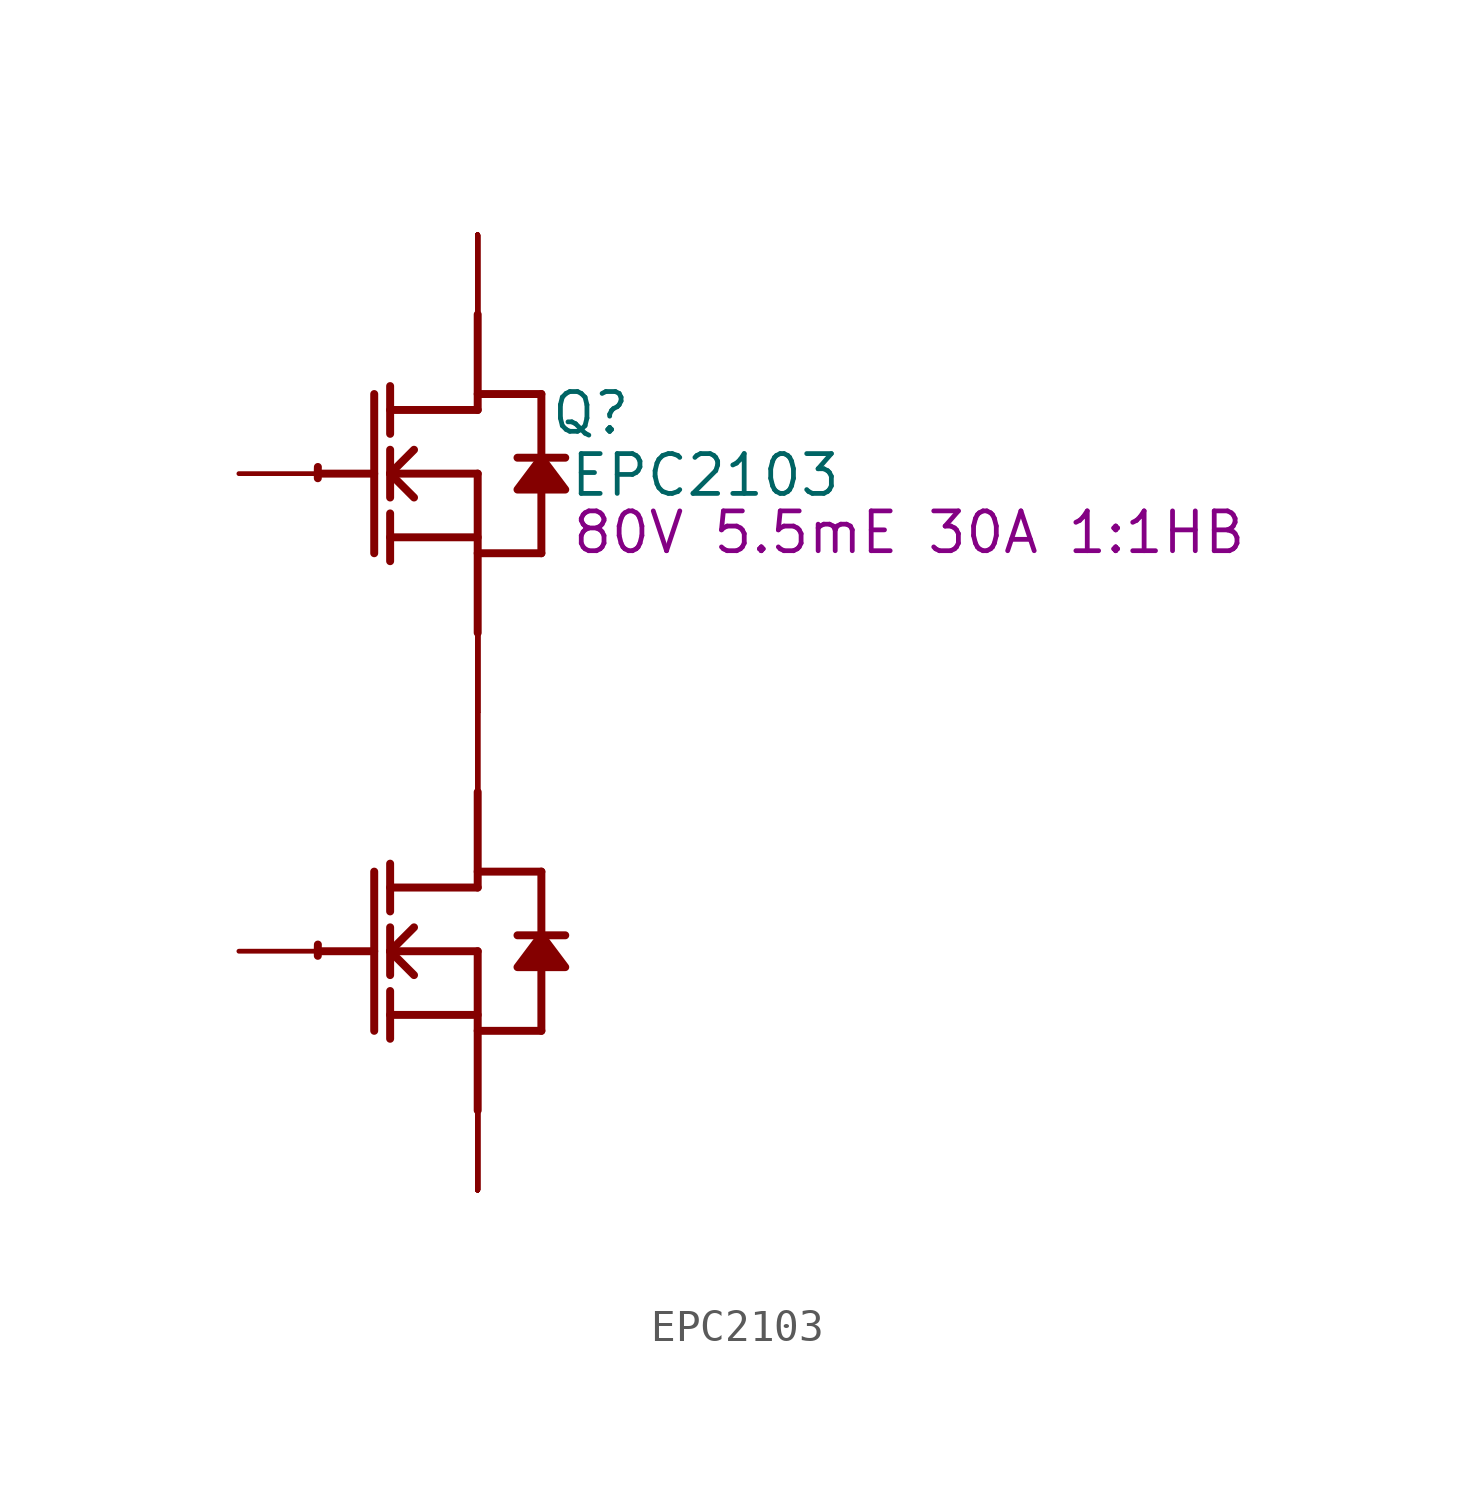
<source format=kicad_sym>
(kicad_symbol_lib
  (version 20220914)
  (generator kicad_symbol_editor)
  (symbol "EPC2103"
    (property "Reference" "Q"
      (at 3.607 1.93 0)
      (effects (font (size 1.27 1.27))))
    (property "Value" "EPC2103"
      (at 7.264 -0.051 0)
      (effects (font (size 1.27 1.27))))
    (property "Description" "80V 5.5mE 30A 1:1HB"
      (at 13.767 -1.88 0)
      (effects (font (size 1.27 1.27))))
    (symbol "EPC2103_1_0"
      (arc (start -5.0996 -15.0272) (mid -5.1039 -15.2069) (end -5.1019 -15.3867) (stroke (width 0.254) (type solid)) (fill (type none)))
      (arc (start -5.0996 0.2128) (mid -5.1039 0.0331) (end -5.1019 -0.1467) (stroke (width 0.254) (type solid)) (fill (type none)))
      (polyline (pts (xy -5.08 -15.24) (xy -3.302 -15.24)) (stroke (width 0.254) (type solid)) (fill (type none)))
      (polyline (pts (xy -5.08 0) (xy -3.302 0)) (stroke (width 0.254) (type solid)) (fill (type none)))
      (polyline (pts (xy -3.302 -12.7) (xy -3.302 -17.78)) (stroke (width 0.254) (type solid)) (fill (type none)))
      (polyline (pts (xy -3.302 2.54) (xy -3.302 -2.54)) (stroke (width 0.254) (type solid)) (fill (type none)))
      (polyline (pts (xy -2.794 -18.034) (xy -2.794 -16.51)) (stroke (width 0.254) (type solid)) (fill (type none)))
      (polyline (pts (xy -2.794 -17.272) (xy 0 -17.272)) (stroke (width 0.254) (type solid)) (fill (type none)))
      (polyline (pts (xy -2.794 -16.002) (xy -2.794 -14.478)) (stroke (width 0.254) (type solid)) (fill (type none)))
      (polyline (pts (xy -2.794 -15.24) (xy -2.032 -14.478)) (stroke (width 0.254) (type solid)) (fill (type none)))
      (polyline (pts (xy -2.794 -15.24) (xy 0 -15.24)) (stroke (width 0.254) (type solid)) (fill (type none)))
      (polyline (pts (xy -2.794 -13.97) (xy -2.794 -12.446)) (stroke (width 0.254) (type solid)) (fill (type none)))
      (polyline (pts (xy -2.794 -2.794) (xy -2.794 -1.27)) (stroke (width 0.254) (type solid)) (fill (type none)))
      (polyline (pts (xy -2.794 -2.032) (xy 0 -2.032)) (stroke (width 0.254) (type solid)) (fill (type none)))
      (polyline (pts (xy -2.794 -0.762) (xy -2.794 0.762)) (stroke (width 0.254) (type solid)) (fill (type none)))
      (polyline (pts (xy -2.794 0) (xy -2.032 0.762)) (stroke (width 0.254) (type solid)) (fill (type none)))
      (polyline (pts (xy -2.794 0) (xy 0 0)) (stroke (width 0.254) (type solid)) (fill (type none)))
      (polyline (pts (xy -2.794 1.27) (xy -2.794 2.794)) (stroke (width 0.254) (type solid)) (fill (type none)))
      (polyline (pts (xy -2.032 -16.002) (xy -2.794 -15.24)) (stroke (width 0.254) (type solid)) (fill (type none)))
      (polyline (pts (xy -2.032 -0.762) (xy -2.794 0)) (stroke (width 0.254) (type solid)) (fill (type none)))
      (polyline (pts (xy 0 -17.78) (xy 2.032 -17.78)) (stroke (width 0.254) (type solid)) (fill (type none)))
      (polyline (pts (xy 0 -15.24) (xy 0 -20.32)) (stroke (width 0.254) (type solid)) (fill (type none)))
      (polyline (pts (xy 0 -13.208) (xy -2.794 -13.208)) (stroke (width 0.254) (type solid)) (fill (type none)))
      (polyline (pts (xy 0 -13.208) (xy 0 -10.16)) (stroke (width 0.254) (type solid)) (fill (type none)))
      (polyline (pts (xy 0 -12.7) (xy 2.032 -12.7)) (stroke (width 0.254) (type solid)) (fill (type none)))
      (polyline (pts (xy 0 -2.54) (xy 2.032 -2.54)) (stroke (width 0.254) (type solid)) (fill (type none)))
      (polyline (pts (xy 0 0) (xy 0 -5.08)) (stroke (width 0.254) (type solid)) (fill (type none)))
      (polyline (pts (xy 0 2.032) (xy -2.794 2.032)) (stroke (width 0.254) (type solid)) (fill (type none)))
      (polyline (pts (xy 0 2.032) (xy 0 5.08)) (stroke (width 0.254) (type solid)) (fill (type none)))
      (polyline (pts (xy 0 2.54) (xy 2.032 2.54)) (stroke (width 0.254) (type solid)) (fill (type none)))
      (polyline (pts (xy 2.032 -15.748) (xy 2.032 -17.78)) (stroke (width 0.254) (type solid)) (fill (type none)))
      (polyline (pts (xy 2.032 -12.7) (xy 2.032 -14.732)) (stroke (width 0.254) (type solid)) (fill (type none)))
      (polyline (pts (xy 2.032 -0.508) (xy 2.032 -2.54)) (stroke (width 0.254) (type solid)) (fill (type none)))
      (polyline (pts (xy 2.032 2.54) (xy 2.032 0.508)) (stroke (width 0.254) (type solid)) (fill (type none)))
      (polyline (pts (xy 2.794 -14.732) (xy 1.27 -14.732)) (stroke (width 0.254) (type solid)) (fill (type none)))
      (polyline (pts (xy 2.794 0.508) (xy 1.27 0.508)) (stroke (width 0.254) (type solid)) (fill (type none)))
      (polyline (pts (xy 2.032 -14.732) (xy 1.27 -15.748) (xy 2.794 -15.748) (xy 2.032 -14.732)) (stroke (width 0.254) (type solid)) (fill (type outline)))
      (polyline (pts (xy 2.032 0.508) (xy 1.27 -0.508) (xy 2.794 -0.508) (xy 2.032 0.508)) (stroke (width 0.254) (type solid)) (fill (type outline)))
      (pin open_collector line (at 0 7.62 270) (length 2.54) (name "D1" (effects (font (size 0 0)))) (number "1" (effects (font (size 0 0)))))
      (pin open_collector line (at 0 -7.62 270) (length 2.54) (name "D2" (effects (font (size 0 0)))) (number "10" (effects (font (size 0 0)))))
      (pin open_collector line (at 0 7.62 270) (length 2.54) (name "D1" (effects (font (size 0 0)))) (number "11" (effects (font (size 0 0)))))
      (pin open_emitter line (at 0 7.62 270) (length 2.54) (name "D1" (effects (font (size 0 0)))) (number "12" (effects (font (size 0 0)))))
      (pin open_emitter line (at 0 7.62 270) (length 2.54) (name "D1" (effects (font (size 0 0)))) (number "13" (effects (font (size 0 0)))))
      (pin open_emitter line (at 0 -22.86 90) (length 2.54) (name "S2" (effects (font (size 0 0)))) (number "14" (effects (font (size 0 0)))))
      (pin open_emitter line (at 0 -22.86 90) (length 2.54) (name "S2" (effects (font (size 0 0)))) (number "15" (effects (font (size 0 0)))))
      (pin open_emitter line (at 0 -7.62 90) (length 2.54) (name "S1" (effects (font (size 0 0)))) (number "16" (effects (font (size 0 0)))))
      (pin open_collector line (at 0 -7.62 90) (length 2.54) (name "S1" (effects (font (size 0 0)))) (number "17" (effects (font (size 0 0)))))
      (pin open_collector line (at 0 -7.62 90) (length 2.54) (name "S1" (effects (font (size 0 0)))) (number "18" (effects (font (size 0 0)))))
      (pin open_collector line (at 0 -7.62 270) (length 2.54) (name "D2" (effects (font (size 0 0)))) (number "19" (effects (font (size 0 0)))))
      (pin passive line (at -7.62 0 0) (length 2.54) (name "G1" (effects (font (size 0 0)))) (number "2" (effects (font (size 0 0)))))
      (pin open_collector line (at 0 -7.62 270) (length 2.54) (name "D2" (effects (font (size 0 0)))) (number "20" (effects (font (size 0 0)))))
      (pin open_collector line (at 0 7.62 270) (length 2.54) (name "D1" (effects (font (size 0 0)))) (number "21" (effects (font (size 0 0)))))
      (pin open_emitter line (at 0 7.62 270) (length 2.54) (name "D1" (effects (font (size 0 0)))) (number "22" (effects (font (size 0 0)))))
      (pin open_emitter line (at 0 7.62 270) (length 2.54) (name "D1" (effects (font (size 0 0)))) (number "23" (effects (font (size 0 0)))))
      (pin open_emitter line (at 0 -22.86 90) (length 2.54) (name "S2" (effects (font (size 0 0)))) (number "24" (effects (font (size 0 0)))))
      (pin open_emitter line (at 0 -22.86 90) (length 2.54) (name "S2" (effects (font (size 0 0)))) (number "25" (effects (font (size 0 0)))))
      (pin open_emitter line (at 0 -7.62 90) (length 2.54) (name "S1" (effects (font (size 0 0)))) (number "26" (effects (font (size 0 0)))))
      (pin open_collector line (at 0 -7.62 90) (length 2.54) (name "S1" (effects (font (size 0 0)))) (number "27" (effects (font (size 0 0)))))
      (pin open_collector line (at 0 -7.62 90) (length 2.54) (name "S1" (effects (font (size 0 0)))) (number "28" (effects (font (size 0 0)))))
      (pin open_collector line (at 0 -7.62 270) (length 2.54) (name "D2" (effects (font (size 0 0)))) (number "29" (effects (font (size 0 0)))))
      (pin passive line (at 0 -7.62 90) (length 2.54) (name "SG1" (effects (font (size 0 0)))) (number "3" (effects (font (size 0 0)))))
      (pin open_collector line (at 0 -7.62 270) (length 2.54) (name "D2" (effects (font (size 0 0)))) (number "30" (effects (font (size 0 0)))))
      (pin open_collector line (at 0 7.62 270) (length 2.54) (name "D1" (effects (font (size 0 0)))) (number "31" (effects (font (size 0 0)))))
      (pin open_emitter line (at 0 7.62 270) (length 2.54) (name "D1" (effects (font (size 0 0)))) (number "32" (effects (font (size 0 0)))))
      (pin open_emitter line (at 0 7.62 270) (length 2.54) (name "D1" (effects (font (size 0 0)))) (number "33" (effects (font (size 0 0)))))
      (pin open_emitter line (at 0 -22.86 90) (length 2.54) (name "S2" (effects (font (size 0 0)))) (number "34" (effects (font (size 0 0)))))
      (pin open_emitter line (at 0 -22.86 90) (length 2.54) (name "S2" (effects (font (size 0 0)))) (number "35" (effects (font (size 0 0)))))
      (pin open_emitter line (at 0 -7.62 90) (length 2.54) (name "S1" (effects (font (size 0 0)))) (number "36" (effects (font (size 0 0)))))
      (pin open_collector line (at 0 -7.62 90) (length 2.54) (name "S1" (effects (font (size 0 0)))) (number "37" (effects (font (size 0 0)))))
      (pin open_collector line (at 0 -7.62 90) (length 2.54) (name "S1" (effects (font (size 0 0)))) (number "38" (effects (font (size 0 0)))))
      (pin open_collector line (at 0 -7.62 270) (length 2.54) (name "D2" (effects (font (size 0 0)))) (number "39" (effects (font (size 0 0)))))
      (pin passive line (at -7.62 -15.24 0) (length 2.54) (name "G2" (effects (font (size 0 0)))) (number "4" (effects (font (size 0 0)))))
      (pin open_collector line (at 0 -7.62 270) (length 2.54) (name "D2" (effects (font (size 0 0)))) (number "40" (effects (font (size 0 0)))))
      (pin open_collector line (at 0 7.62 270) (length 2.54) (name "D1" (effects (font (size 0 0)))) (number "41" (effects (font (size 0 0)))))
      (pin open_emitter line (at 0 7.62 270) (length 2.54) (name "D1" (effects (font (size 0 0)))) (number "42" (effects (font (size 0 0)))))
      (pin open_emitter line (at 0 -22.86 90) (length 2.54) (name "S2" (effects (font (size 0 0)))) (number "43" (effects (font (size 0 0)))))
      (pin open_emitter line (at 0 -22.86 90) (length 2.54) (name "S2" (effects (font (size 0 0)))) (number "44" (effects (font (size 0 0)))))
      (pin open_emitter line (at 0 -22.86 90) (length 2.54) (name "S2" (effects (font (size 0 0)))) (number "45" (effects (font (size 0 0)))))
      (pin open_emitter line (at 0 -7.62 90) (length 2.54) (name "S1" (effects (font (size 0 0)))) (number "46" (effects (font (size 0 0)))))
      (pin open_collector line (at 0 -7.62 90) (length 2.54) (name "S1" (effects (font (size 0 0)))) (number "47" (effects (font (size 0 0)))))
      (pin open_collector line (at 0 -7.62 90) (length 2.54) (name "S1" (effects (font (size 0 0)))) (number "48" (effects (font (size 0 0)))))
      (pin open_collector line (at 0 -7.62 270) (length 2.54) (name "D2" (effects (font (size 0 0)))) (number "49" (effects (font (size 0 0)))))
      (pin open_emitter line (at 0 -22.86 90) (length 2.54) (name "S2" (effects (font (size 0 0)))) (number "5" (effects (font (size 0 0)))))
      (pin open_collector line (at 0 -7.62 270) (length 2.54) (name "D2" (effects (font (size 0 0)))) (number "50" (effects (font (size 0 0)))))
      (pin open_collector line (at 0 7.62 270) (length 2.54) (name "D1" (effects (font (size 0 0)))) (number "51" (effects (font (size 0 0)))))
      (pin open_emitter line (at 0 7.62 270) (length 2.54) (name "D1" (effects (font (size 0 0)))) (number "52" (effects (font (size 0 0)))))
      (pin open_emitter line (at 0 -22.86 90) (length 2.54) (name "S2" (effects (font (size 0 0)))) (number "53" (effects (font (size 0 0)))))
      (pin open_emitter line (at 0 -22.86 90) (length 2.54) (name "S2" (effects (font (size 0 0)))) (number "54" (effects (font (size 0 0)))))
      (pin open_emitter line (at 0 -22.86 90) (length 2.54) (name "S2" (effects (font (size 0 0)))) (number "55" (effects (font (size 0 0)))))
      (pin open_emitter line (at 0 -7.62 90) (length 2.54) (name "S1" (effects (font (size 0 0)))) (number "56" (effects (font (size 0 0)))))
      (pin open_collector line (at 0 -7.62 90) (length 2.54) (name "S1" (effects (font (size 0 0)))) (number "57" (effects (font (size 0 0)))))
      (pin open_collector line (at 0 -7.62 90) (length 2.54) (name "S1" (effects (font (size 0 0)))) (number "58" (effects (font (size 0 0)))))
      (pin open_collector line (at 0 -7.62 270) (length 2.54) (name "D2" (effects (font (size 0 0)))) (number "59" (effects (font (size 0 0)))))
      (pin open_emitter line (at 0 -7.62 90) (length 2.54) (name "S1" (effects (font (size 0 0)))) (number "6" (effects (font (size 0 0)))))
      (pin open_collector line (at 0 -7.62 270) (length 2.54) (name "D2" (effects (font (size 0 0)))) (number "60" (effects (font (size 0 0)))))
      (pin open_collector line (at 0 7.62 270) (length 2.54) (name "D1" (effects (font (size 0 0)))) (number "61" (effects (font (size 0 0)))))
      (pin open_emitter line (at 0 7.62 270) (length 2.54) (name "D1" (effects (font (size 0 0)))) (number "62" (effects (font (size 0 0)))))
      (pin open_emitter line (at 0 -22.86 90) (length 2.54) (name "S2" (effects (font (size 0 0)))) (number "63" (effects (font (size 0 0)))))
      (pin open_emitter line (at 0 -22.86 90) (length 2.54) (name "S2" (effects (font (size 0 0)))) (number "64" (effects (font (size 0 0)))))
      (pin open_emitter line (at 0 -22.86 90) (length 2.54) (name "S2" (effects (font (size 0 0)))) (number "65" (effects (font (size 0 0)))))
      (pin open_emitter line (at 0 -7.62 90) (length 2.54) (name "S1" (effects (font (size 0 0)))) (number "66" (effects (font (size 0 0)))))
      (pin open_collector line (at 0 -7.62 90) (length 2.54) (name "S1" (effects (font (size 0 0)))) (number "67" (effects (font (size 0 0)))))
      (pin open_collector line (at 0 -7.62 90) (length 2.54) (name "S1" (effects (font (size 0 0)))) (number "68" (effects (font (size 0 0)))))
      (pin open_collector line (at 0 -7.62 270) (length 2.54) (name "D2" (effects (font (size 0 0)))) (number "69" (effects (font (size 0 0)))))
      (pin open_collector line (at 0 -7.62 90) (length 2.54) (name "S1" (effects (font (size 0 0)))) (number "7" (effects (font (size 0 0)))))
      (pin open_collector line (at 0 -7.62 270) (length 2.54) (name "D2" (effects (font (size 0 0)))) (number "70" (effects (font (size 0 0)))))
      (pin open_collector line (at 0 7.62 270) (length 2.54) (name "D1" (effects (font (size 0 0)))) (number "71" (effects (font (size 0 0)))))
      (pin open_emitter line (at 0 7.62 270) (length 2.54) (name "D1" (effects (font (size 0 0)))) (number "72" (effects (font (size 0 0)))))
      (pin open_emitter line (at 0 -22.86 90) (length 2.54) (name "S2" (effects (font (size 0 0)))) (number "73" (effects (font (size 0 0)))))
      (pin open_emitter line (at 0 -22.86 90) (length 2.54) (name "S2" (effects (font (size 0 0)))) (number "74" (effects (font (size 0 0)))))
      (pin open_emitter line (at 0 -22.86 90) (length 2.54) (name "S2" (effects (font (size 0 0)))) (number "75" (effects (font (size 0 0)))))
      (pin open_collector line (at 0 -7.62 90) (length 2.54) (name "S1" (effects (font (size 0 0)))) (number "8" (effects (font (size 0 0)))))
      (pin open_collector line (at 0 -7.62 270) (length 2.54) (name "D2" (effects (font (size 0 0)))) (number "9" (effects (font (size 0 0))))))))
</source>
